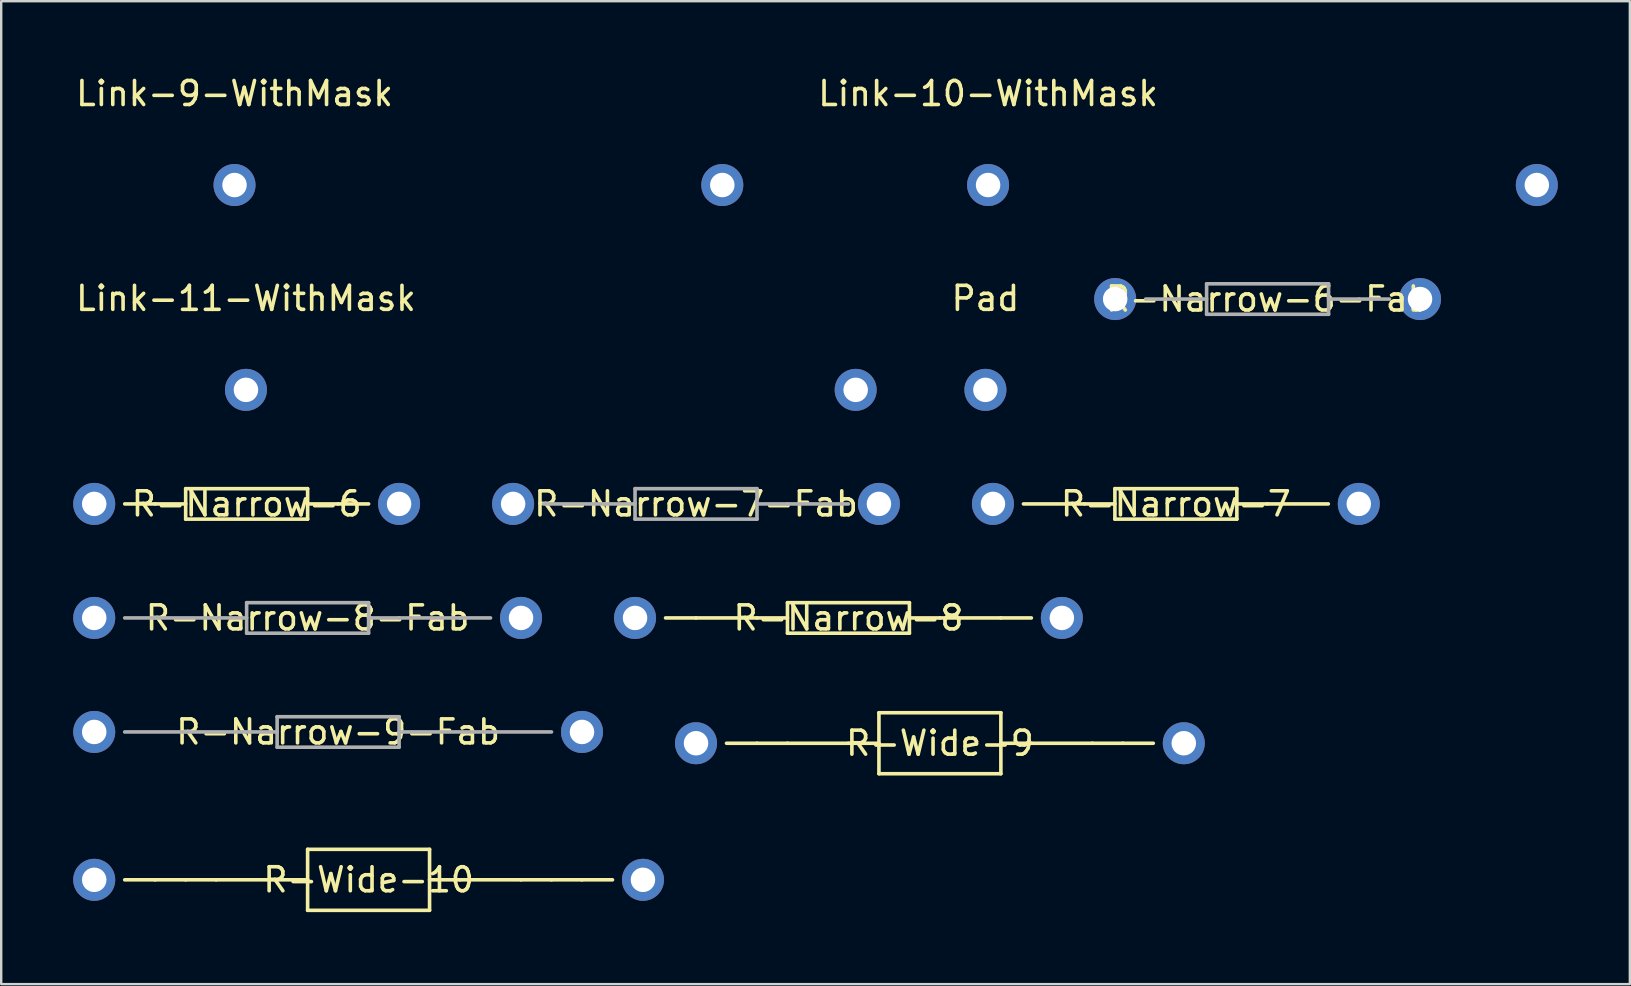
<source format=kicad_pcb>
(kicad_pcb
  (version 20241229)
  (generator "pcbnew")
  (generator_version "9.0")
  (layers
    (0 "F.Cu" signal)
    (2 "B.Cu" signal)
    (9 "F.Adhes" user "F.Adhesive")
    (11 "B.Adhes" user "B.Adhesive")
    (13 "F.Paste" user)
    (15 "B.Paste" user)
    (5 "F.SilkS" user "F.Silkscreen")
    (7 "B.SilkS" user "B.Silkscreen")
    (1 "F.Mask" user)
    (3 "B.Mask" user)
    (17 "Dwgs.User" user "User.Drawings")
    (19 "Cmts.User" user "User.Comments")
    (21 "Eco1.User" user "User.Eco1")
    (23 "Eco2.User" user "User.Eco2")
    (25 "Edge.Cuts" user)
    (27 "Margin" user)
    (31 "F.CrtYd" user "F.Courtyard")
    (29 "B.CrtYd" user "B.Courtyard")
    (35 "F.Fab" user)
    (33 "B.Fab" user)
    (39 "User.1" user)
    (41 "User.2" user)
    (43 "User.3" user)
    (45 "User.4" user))
  (footprint "R-Narrow-7-Fab"
    (layer "F.Cu")
    (at 18.325 17.942)
    (property "Reference" "R-Narrow-7-Fab" (at 7.62 0 0) (layer "F.SilkS") (effects (font (size 1 1) (thickness 0.15))))
    (attr through_hole)
    (fp_line (start 3.81 0) (end 1.27 0) (stroke (width 0.15) (type solid)) (layer "F.Fab"))
    (fp_line (start 5.08 -0.635) (end 5.08 0.635) (stroke (width 0.15) (type solid)) (layer "F.Fab"))
    (fp_line (start 5.08 -0.635) (end 10.16 -0.635) (stroke (width 0.15) (type solid)) (layer "F.Fab"))
    (fp_line (start 5.08 0) (end 3.81 0) (stroke (width 0.15) (type solid)) (layer "F.Fab"))
    (fp_line (start 10.16 -0.635) (end 10.16 0.635) (stroke (width 0.15) (type solid)) (layer "F.Fab"))
    (fp_line (start 10.16 0) (end 11.43 0) (stroke (width 0.15) (type solid)) (layer "F.Fab"))
    (fp_line (start 10.16 0.635) (end 5.08 0.635) (stroke (width 0.15) (type solid)) (layer "F.Fab"))
    (fp_line (start 11.43 0) (end 13.97 0) (stroke (width 0.15) (type solid)) (layer "F.Fab"))
    (pad "1" thru_hole circle (at 0 0) (size 1.75 1.75) (drill 1.02) (layers "B.Cu" "B.Mask"))
    (pad "1" thru_hole circle (at 15.24 0) (size 1.75 1.75) (drill 1.02) (layers "B.Cu" "B.Mask")))
  (footprint "R-Narrow-7"
    (layer "F.Cu")
    (at 38.315 17.942)
    (property "Reference" "R-Narrow-7" (at 7.62 0 0) (layer "F.SilkS") (effects (font (size 1 1) (thickness 0.15))))
    (attr through_hole)
    (fp_line (start 3.81 0) (end 1.27 0) (stroke (width 0.15) (type solid)) (layer "F.SilkS"))
    (fp_line (start 5.08 -0.635) (end 5.08 0.635) (stroke (width 0.15) (type solid)) (layer "F.SilkS"))
    (fp_line (start 5.08 -0.635) (end 10.16 -0.635) (stroke (width 0.15) (type solid)) (layer "F.SilkS"))
    (fp_line (start 5.08 0) (end 3.81 0) (stroke (width 0.15) (type solid)) (layer "F.SilkS"))
    (fp_line (start 10.16 -0.635) (end 10.16 0.635) (stroke (width 0.15) (type solid)) (layer "F.SilkS"))
    (fp_line (start 10.16 0) (end 11.43 0) (stroke (width 0.15) (type solid)) (layer "F.SilkS"))
    (fp_line (start 10.16 0.635) (end 5.08 0.635) (stroke (width 0.15) (type solid)) (layer "F.SilkS"))
    (fp_line (start 11.43 0) (end 13.97 0) (stroke (width 0.15) (type solid)) (layer "F.SilkS"))
    (pad "1" thru_hole circle (at 0 0) (size 1.75 1.75) (drill 1.02) (layers "B.Cu" "B.Mask"))
    (pad "1" thru_hole circle (at 15.24 0) (size 1.75 1.75) (drill 1.02) (layers "B.Cu" "B.Mask")))
  (footprint "R-Wide-10"
    (layer "F.Cu")
    (at 0.875 33.602)
    (property "Reference" "R-Wide-10" (at 11.43 0 0) (layer "F.SilkS") (effects (font (size 1 1) (thickness 0.15))))
    (attr through_hole)
    (fp_line (start 2.54 0) (end 1.27 0) (stroke (width 0.15) (type solid)) (layer "F.SilkS"))
    (fp_line (start 3.81 0) (end 2.54 0) (stroke (width 0.15) (type solid)) (layer "F.SilkS"))
    (fp_line (start 5.08 0) (end 3.81 0) (stroke (width 0.15) (type solid)) (layer "F.SilkS"))
    (fp_line (start 7.62 0) (end 5.08 0) (stroke (width 0.15) (type solid)) (layer "F.SilkS"))
    (fp_line (start 8.89 -1.27) (end 13.97 -1.27) (stroke (width 0.15) (type solid)) (layer "F.SilkS"))
    (fp_line (start 8.89 0) (end 7.62 0) (stroke (width 0.15) (type solid)) (layer "F.SilkS"))
    (fp_line (start 8.89 0) (end 8.89 -1.27) (stroke (width 0.15) (type solid)) (layer "F.SilkS"))
    (fp_line (start 8.89 1.27) (end 8.89 0) (stroke (width 0.15) (type solid)) (layer "F.SilkS"))
    (fp_line (start 13.97 -1.27) (end 13.97 1.27) (stroke (width 0.15) (type solid)) (layer "F.SilkS"))
    (fp_line (start 13.97 0) (end 15.24 0) (stroke (width 0.15) (type solid)) (layer "F.SilkS"))
    (fp_line (start 13.97 1.27) (end 8.89 1.27) (stroke (width 0.15) (type solid)) (layer "F.SilkS"))
    (fp_line (start 15.24 0) (end 17.78 0) (stroke (width 0.15) (type solid)) (layer "F.SilkS"))
    (fp_line (start 17.78 0) (end 19.05 0) (stroke (width 0.15) (type solid)) (layer "F.SilkS"))
    (fp_line (start 19.05 0) (end 20.32 0) (stroke (width 0.15) (type solid)) (layer "F.SilkS"))
    (fp_line (start 20.32 0) (end 21.59 0) (stroke (width 0.15) (type solid)) (layer "F.SilkS"))
    (pad "1" thru_hole circle (at 0 0) (size 1.75 1.75) (drill 1.02) (layers "B.Cu" "B.Mask"))
    (pad "1" thru_hole circle (at 22.86 0) (size 1.75 1.75) (drill 1.02) (layers "B.Cu" "B.Mask")))
  (footprint "Pad"
    (layer "F.Cu")
    (at 38.001 13.191)
    (property "Reference" "Pad" (at 0 -3.81 0) (layer "F.SilkS") (effects (font (size 1 1) (thickness 0.15))))
    (attr through_hole)
    (pad "1" thru_hole circle (at 0 0) (size 1.75 1.75) (drill 1.02) (layers "*.Cu" "*.Mask")))
  (footprint "R-Narrow-6-Fab"
    (layer "F.Cu")
    (at 43.406 9.408)
    (property "Reference" "R-Narrow-6-Fab" (at 6.35 0 0) (layer "F.SilkS") (effects (font (size 1 1) (thickness 0.15))))
    (attr through_hole)
    (fp_line (start 2.54 0) (end 1.27 0) (stroke (width 0.15) (type solid)) (layer "F.Fab"))
    (fp_line (start 3.81 -0.635) (end 3.81 0.635) (stroke (width 0.15) (type solid)) (layer "F.Fab"))
    (fp_line (start 3.81 -0.635) (end 8.89 -0.635) (stroke (width 0.15) (type solid)) (layer "F.Fab"))
    (fp_line (start 3.81 0) (end 2.54 0) (stroke (width 0.15) (type solid)) (layer "F.Fab"))
    (fp_line (start 8.89 -0.635) (end 8.89 0.635) (stroke (width 0.15) (type solid)) (layer "F.Fab"))
    (fp_line (start 8.89 0) (end 10.16 0) (stroke (width 0.15) (type solid)) (layer "F.Fab"))
    (fp_line (start 8.89 0.635) (end 3.81 0.635) (stroke (width 0.15) (type solid)) (layer "F.Fab"))
    (fp_line (start 10.16 0) (end 11.43 0) (stroke (width 0.15) (type solid)) (layer "F.Fab"))
    (pad "1" thru_hole circle (at 0 0) (size 1.75 1.75) (drill 1.02) (layers "B.Cu" "B.Mask"))
    (pad "1" thru_hole circle (at 12.7 0) (size 1.75 1.75) (drill 1.02) (layers "B.Cu" "B.Mask")))
  (footprint "Link-11-WithMask"
    (layer "F.Cu")
    (at 7.196 13.191)
    (property "Reference" "Link-11-WithMask" (at 0 -3.81 0) (layer "F.SilkS") (effects (font (size 1 1) (thickness 0.15))))
    (attr through_hole)
    (pad "1" thru_hole circle (at 0 0) (size 1.75 1.75) (drill 1.02) (layers "*.Cu"))
    (pad "1" thru_hole circle (at 25.4 0) (size 1.75 1.75) (drill 1.02) (layers "*.Cu")))
  (footprint "R-Narrow-6"
    (layer "F.Cu")
    (at 0.875 17.942)
    (property "Reference" "R-Narrow-6" (at 6.35 0 0) (layer "F.SilkS") (effects (font (size 1 1) (thickness 0.15))))
    (attr through_hole)
    (fp_line (start 2.54 0) (end 1.27 0) (stroke (width 0.15) (type solid)) (layer "F.SilkS"))
    (fp_line (start 3.81 -0.635) (end 3.81 0.635) (stroke (width 0.15) (type solid)) (layer "F.SilkS"))
    (fp_line (start 3.81 -0.635) (end 8.89 -0.635) (stroke (width 0.15) (type solid)) (layer "F.SilkS"))
    (fp_line (start 3.81 0) (end 2.54 0) (stroke (width 0.15) (type solid)) (layer "F.SilkS"))
    (fp_line (start 8.89 -0.635) (end 8.89 0.635) (stroke (width 0.15) (type solid)) (layer "F.SilkS"))
    (fp_line (start 8.89 0) (end 10.16 0) (stroke (width 0.15) (type solid)) (layer "F.SilkS"))
    (fp_line (start 8.89 0.635) (end 3.81 0.635) (stroke (width 0.15) (type solid)) (layer "F.SilkS"))
    (fp_line (start 10.16 0) (end 11.43 0) (stroke (width 0.15) (type solid)) (layer "F.SilkS"))
    (pad "1" thru_hole circle (at 0 0) (size 1.75 1.75) (drill 1.02) (layers "B.Cu" "B.Mask"))
    (pad "1" thru_hole circle (at 12.7 0) (size 1.75 1.75) (drill 1.02) (layers "B.Cu" "B.Mask")))
  (footprint "R-Narrow-9-Fab"
    (layer "F.Cu")
    (at 0.875 27.442)
    (property "Reference" "R-Narrow-9-Fab" (at 10.16 0 0) (layer "F.SilkS") (effects (font (size 1 1) (thickness 0.15))))
    (attr through_hole)
    (fp_line (start 1.27 0) (end 7.62 0) (stroke (width 0.15) (type solid)) (layer "F.Fab"))
    (fp_line (start 7.62 -0.635) (end 12.7 -0.635) (stroke (width 0.15) (type solid)) (layer "F.Fab"))
    (fp_line (start 7.62 0.635) (end 7.62 -0.635) (stroke (width 0.15) (type solid)) (layer "F.Fab"))
    (fp_line (start 12.7 -0.635) (end 12.7 0.635) (stroke (width 0.15) (type solid)) (layer "F.Fab"))
    (fp_line (start 12.7 0.635) (end 7.62 0.635) (stroke (width 0.15) (type solid)) (layer "F.Fab"))
    (fp_line (start 19.05 0) (end 12.7 0) (stroke (width 0.15) (type solid)) (layer "F.Fab"))
    (pad "1" thru_hole circle (at 0 0) (size 1.75 1.75) (drill 1.02) (layers "B.Cu" "B.Mask"))
    (pad "1" thru_hole circle (at 20.32 0) (size 1.75 1.75) (drill 1.02) (layers "B.Cu" "B.Mask")))
  (footprint "R-Narrow-8"
    (layer "F.Cu")
    (at 23.405 22.692)
    (property "Reference" "R-Narrow-8" (at 8.89 0 0) (layer "F.SilkS") (effects (font (size 1 1) (thickness 0.15))))
    (attr through_hole)
    (fp_line (start 2.54 0) (end 1.27 0) (stroke (width 0.15) (type solid)) (layer "F.SilkS"))
    (fp_line (start 5.08 0) (end 2.54 0) (stroke (width 0.15) (type solid)) (layer "F.SilkS"))
    (fp_line (start 6.35 -0.635) (end 6.35 0.635) (stroke (width 0.15) (type solid)) (layer "F.SilkS"))
    (fp_line (start 6.35 -0.635) (end 11.43 -0.635) (stroke (width 0.15) (type solid)) (layer "F.SilkS"))
    (fp_line (start 6.35 0) (end 5.08 0) (stroke (width 0.15) (type solid)) (layer "F.SilkS"))
    (fp_line (start 11.43 -0.635) (end 11.43 0.635) (stroke (width 0.15) (type solid)) (layer "F.SilkS"))
    (fp_line (start 11.43 0) (end 12.7 0) (stroke (width 0.15) (type solid)) (layer "F.SilkS"))
    (fp_line (start 11.43 0.635) (end 6.35 0.635) (stroke (width 0.15) (type solid)) (layer "F.SilkS"))
    (fp_line (start 12.7 0) (end 15.24 0) (stroke (width 0.15) (type solid)) (layer "F.SilkS"))
    (fp_line (start 15.24 0) (end 16.51 0) (stroke (width 0.15) (type solid)) (layer "F.SilkS"))
    (pad "1" thru_hole circle (at 0 0) (size 1.75 1.75) (drill 1.02) (layers "B.Cu" "B.Mask"))
    (pad "1" thru_hole circle (at 17.78 0) (size 1.75 1.75) (drill 1.02) (layers "B.Cu" "B.Mask")))
  (footprint "R-Wide-9"
    (layer "F.Cu")
    (at 25.945 27.912)
    (property "Reference" "R-Wide-9" (at 10.16 0 0) (layer "F.SilkS") (effects (font (size 1 1) (thickness 0.15))))
    (attr through_hole)
    (fp_line (start 2.54 0) (end 1.27 0) (stroke (width 0.15) (type solid)) (layer "F.SilkS"))
    (fp_line (start 3.81 0) (end 2.54 0) (stroke (width 0.15) (type solid)) (layer "F.SilkS"))
    (fp_line (start 6.35 0) (end 3.81 0) (stroke (width 0.15) (type solid)) (layer "F.SilkS"))
    (fp_line (start 7.62 -1.27) (end 12.7 -1.27) (stroke (width 0.15) (type solid)) (layer "F.SilkS"))
    (fp_line (start 7.62 0) (end 6.35 0) (stroke (width 0.15) (type solid)) (layer "F.SilkS"))
    (fp_line (start 7.62 0) (end 7.62 -1.27) (stroke (width 0.15) (type solid)) (layer "F.SilkS"))
    (fp_line (start 7.62 1.27) (end 7.62 0) (stroke (width 0.15) (type solid)) (layer "F.SilkS"))
    (fp_line (start 12.7 -1.27) (end 12.7 1.27) (stroke (width 0.15) (type solid)) (layer "F.SilkS"))
    (fp_line (start 12.7 0) (end 13.97 0) (stroke (width 0.15) (type solid)) (layer "F.SilkS"))
    (fp_line (start 12.7 1.27) (end 7.62 1.27) (stroke (width 0.15) (type solid)) (layer "F.SilkS"))
    (fp_line (start 13.97 0) (end 16.51 0) (stroke (width 0.15) (type solid)) (layer "F.SilkS"))
    (fp_line (start 16.51 0) (end 17.78 0) (stroke (width 0.15) (type solid)) (layer "F.SilkS"))
    (fp_line (start 17.78 0) (end 19.05 0) (stroke (width 0.15) (type solid)) (layer "F.SilkS"))
    (pad "1" thru_hole circle (at 0 0) (size 1.75 1.75) (drill 1.02) (layers "B.Cu" "B.Mask"))
    (pad "1" thru_hole circle (at 20.32 0) (size 1.75 1.75) (drill 1.02) (layers "B.Cu" "B.Mask")))
  (footprint "R-Narrow-8-Fab"
    (layer "F.Cu")
    (at 0.875 22.692)
    (property "Reference" "R-Narrow-8-Fab" (at 8.89 0 0) (layer "F.SilkS") (effects (font (size 1 1) (thickness 0.15))))
    (attr through_hole)
    (fp_line (start 2.54 0) (end 1.27 0) (stroke (width 0.15) (type solid)) (layer "F.Fab"))
    (fp_line (start 5.08 0) (end 2.54 0) (stroke (width 0.15) (type solid)) (layer "F.Fab"))
    (fp_line (start 6.35 -0.635) (end 6.35 0.635) (stroke (width 0.15) (type solid)) (layer "F.Fab"))
    (fp_line (start 6.35 -0.635) (end 11.43 -0.635) (stroke (width 0.15) (type solid)) (layer "F.Fab"))
    (fp_line (start 6.35 0) (end 5.08 0) (stroke (width 0.15) (type solid)) (layer "F.Fab"))
    (fp_line (start 11.43 -0.635) (end 11.43 0.635) (stroke (width 0.15) (type solid)) (layer "F.Fab"))
    (fp_line (start 11.43 0) (end 12.7 0) (stroke (width 0.15) (type solid)) (layer "F.Fab"))
    (fp_line (start 11.43 0.635) (end 6.35 0.635) (stroke (width 0.15) (type solid)) (layer "F.Fab"))
    (fp_line (start 12.7 0) (end 15.24 0) (stroke (width 0.15) (type solid)) (layer "F.Fab"))
    (fp_line (start 15.24 0) (end 16.51 0) (stroke (width 0.15) (type solid)) (layer "F.Fab"))
    (pad "1" thru_hole circle (at 0 0) (size 1.75 1.75) (drill 1.02) (layers "B.Cu" "B.Mask"))
    (pad "1" thru_hole circle (at 17.78 0) (size 1.75 1.75) (drill 1.02) (layers "B.Cu" "B.Mask")))
  (footprint "Link-10-WithMask"
    (layer "F.Cu")
    (at 38.112 4.658)
    (property "Reference" "Link-10-WithMask" (at 0 -3.81 0) (layer "F.SilkS") (effects (font (size 1 1) (thickness 0.15))))
    (attr through_hole)
    (pad "1" thru_hole circle (at 0 0) (size 1.75 1.75) (drill 1.02) (layers "*.Cu"))
    (pad "1" thru_hole circle (at 22.86 0) (size 1.75 1.75) (drill 1.02) (layers "*.Cu")))
  (footprint "Link-9-WithMask"
    (layer "F.Cu")
    (at 6.72 4.658)
    (property "Reference" "Link-9-WithMask" (at 0 -3.81 0) (layer "F.SilkS") (effects (font (size 1 1) (thickness 0.15))))
    (attr through_hole)
    (pad "1" thru_hole circle (at 0 0) (size 1.75 1.75) (drill 1.02) (layers "*.Cu"))
    (pad "1" thru_hole circle (at 20.32 0) (size 1.75 1.75) (drill 1.02) (layers "*.Cu")))
  (gr_rect
    (start -3 -3)
    (end 64.847 37.947)
    (stroke (width 0.1) (type default))
    (fill no)
    (layer "Edge.Cuts")))
</source>
